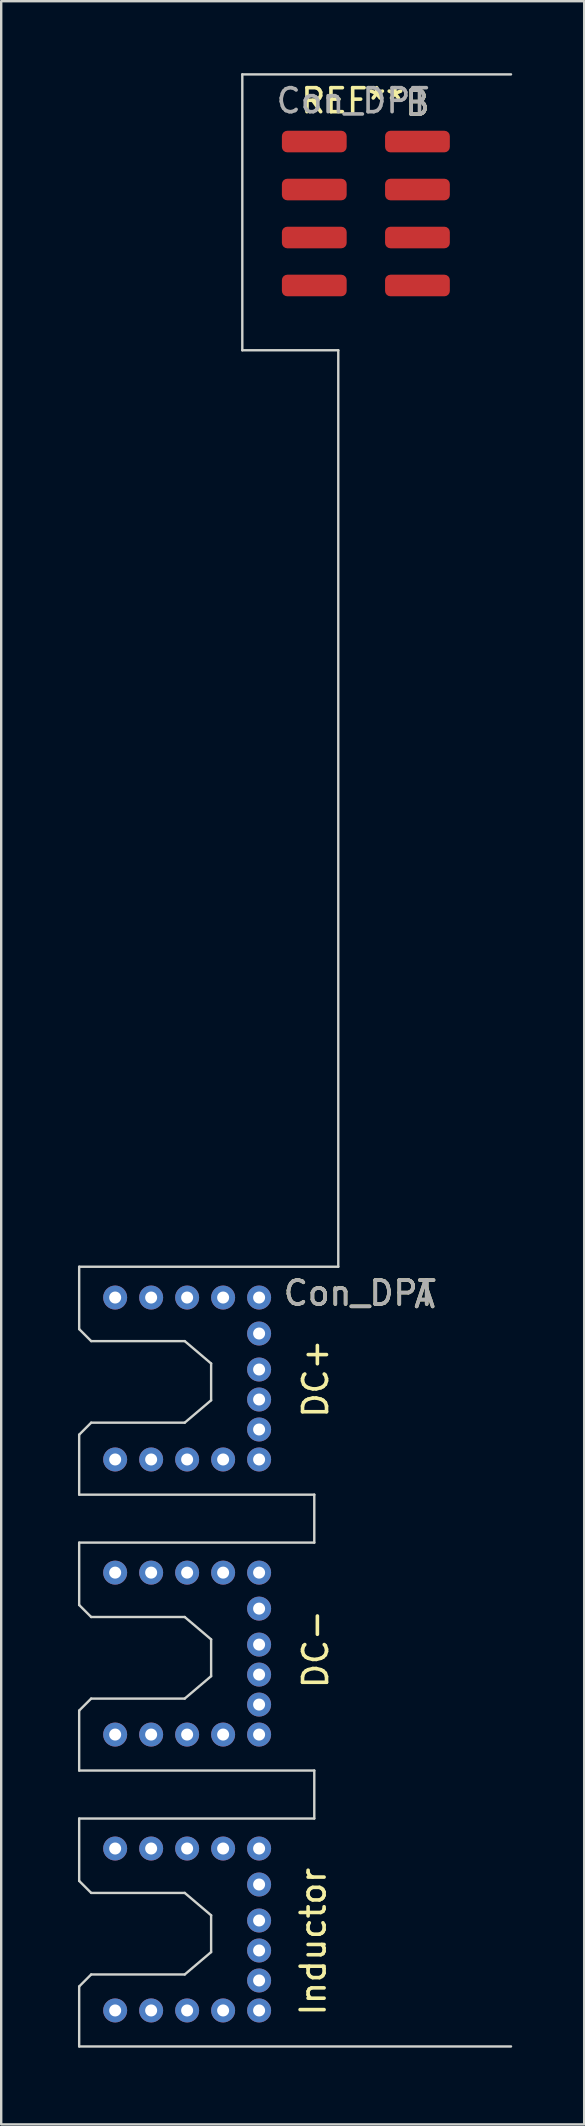
<source format=kicad_pcb>
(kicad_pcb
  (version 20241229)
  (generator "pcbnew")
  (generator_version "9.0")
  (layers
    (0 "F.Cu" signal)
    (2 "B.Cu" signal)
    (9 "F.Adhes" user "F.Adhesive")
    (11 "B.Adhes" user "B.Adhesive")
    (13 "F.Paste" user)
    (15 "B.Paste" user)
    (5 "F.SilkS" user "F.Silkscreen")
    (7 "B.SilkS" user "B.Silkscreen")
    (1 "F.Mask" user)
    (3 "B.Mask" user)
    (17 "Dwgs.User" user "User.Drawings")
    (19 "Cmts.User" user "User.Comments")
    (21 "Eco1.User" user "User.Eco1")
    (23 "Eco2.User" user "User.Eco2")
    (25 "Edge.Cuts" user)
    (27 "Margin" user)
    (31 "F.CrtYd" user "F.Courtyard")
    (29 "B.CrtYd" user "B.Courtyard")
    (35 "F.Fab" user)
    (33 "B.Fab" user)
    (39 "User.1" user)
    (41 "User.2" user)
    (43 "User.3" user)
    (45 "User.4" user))
  (footprint "Con_DPT"
    (layer "F.Cu")
    (at 0.25 82.25)
    (property "Reference" "Con_DPT" (at 11.7 -31.4 0) (unlocked yes) (layer "F.SilkS") (effects (font (size 1 1) (thickness 0.15))))
    (fp_poly (pts (xy 8.856 0.134) (xy -0.1 0.134) (xy -0.125 -9.501) (xy 8.831 -9.501)) (stroke (width 0.12) (type solid)) (fill yes) (layer "F.Mask"))
    (fp_poly (pts (xy 8.948 -11.48) (xy -0.008 -11.48) (xy -0.033 -21.116) (xy 8.923 -21.116)) (stroke (width 0.12) (type solid)) (fill yes) (layer "F.Mask"))
    (fp_poly (pts (xy 8.974 -22.86) (xy 0.018 -22.86) (xy -0.008 -32.495) (xy 8.948 -32.495)) (stroke (width 0.12) (type solid)) (fill yes) (layer "F.Mask"))
    (fp_poly (pts (xy 8.856 0.1) (xy -0.1 0.1) (xy -0.125 -9.434) (xy 8.831 -9.434)) (stroke (width 0.12) (type solid)) (fill yes) (layer "B.Mask"))
    (fp_poly (pts (xy 8.948 -11.514) (xy -0.008 -11.514) (xy -0.033 -21.048) (xy 8.923 -21.048)) (stroke (width 0.12) (type solid)) (fill yes) (layer "B.Mask"))
    (fp_poly (pts (xy 8.974 -22.894) (xy 0.018 -22.894) (xy -0.008 -32.427) (xy 8.948 -32.427)) (stroke (width 0.12) (type solid)) (fill yes) (layer "B.Mask"))
    (fp_line (start 0 -32.5) (end 0 -29.9) (stroke (width 0.1) (type solid)) (layer "Edge.Cuts"))
    (fp_line (start 0 -32.5) (end 10.8 -32.5) (stroke (width 0.1) (type solid)) (layer "Edge.Cuts"))
    (fp_line (start 0 -29.9) (end 0.5 -29.4) (stroke (width 0.1) (type solid)) (layer "Edge.Cuts"))
    (fp_line (start 0 -25.5) (end 0 -23) (stroke (width 0.1) (type solid)) (layer "Edge.Cuts"))
    (fp_line (start 0 -21) (end 0 -18.4) (stroke (width 0.1) (type solid)) (layer "Edge.Cuts"))
    (fp_line (start 0 -21) (end 9.8 -21) (stroke (width 0.1) (type solid)) (layer "Edge.Cuts"))
    (fp_line (start 0 -18.4) (end 0.5 -17.9) (stroke (width 0.1) (type solid)) (layer "Edge.Cuts"))
    (fp_line (start 0 -14) (end 0 -11.5) (stroke (width 0.1) (type solid)) (layer "Edge.Cuts"))
    (fp_line (start 0 -9.5) (end 0 -6.9) (stroke (width 0.1) (type solid)) (layer "Edge.Cuts"))
    (fp_line (start 0 -6.9) (end 0.5 -6.4) (stroke (width 0.1) (type solid)) (layer "Edge.Cuts"))
    (fp_line (start 0 -2.5) (end 0 0) (stroke (width 0.1) (type solid)) (layer "Edge.Cuts"))
    (fp_line (start 0 0) (end 18 0) (stroke (width 0.1) (type solid)) (layer "Edge.Cuts"))
    (fp_line (start 0.5 -29.4) (end 4.4 -29.4) (stroke (width 0.1) (type solid)) (layer "Edge.Cuts"))
    (fp_line (start 0.5 -26) (end 0 -25.5) (stroke (width 0.1) (type solid)) (layer "Edge.Cuts"))
    (fp_line (start 0.5 -17.9) (end 4.4 -17.9) (stroke (width 0.1) (type solid)) (layer "Edge.Cuts"))
    (fp_line (start 0.5 -14.5) (end 0 -14) (stroke (width 0.1) (type solid)) (layer "Edge.Cuts"))
    (fp_line (start 0.5 -6.4) (end 4.4 -6.4) (stroke (width 0.1) (type solid)) (layer "Edge.Cuts"))
    (fp_line (start 0.5 -3) (end 0 -2.5) (stroke (width 0.1) (type solid)) (layer "Edge.Cuts"))
    (fp_line (start 4.4 -29.4) (end 5.5 -28.466) (stroke (width 0.1) (type solid)) (layer "Edge.Cuts"))
    (fp_line (start 4.4 -26) (end 0.5 -26) (stroke (width 0.1) (type solid)) (layer "Edge.Cuts"))
    (fp_line (start 4.4 -26) (end 5.5 -26.934) (stroke (width 0.1) (type solid)) (layer "Edge.Cuts"))
    (fp_line (start 4.4 -17.9) (end 5.5 -16.966) (stroke (width 0.1) (type solid)) (layer "Edge.Cuts"))
    (fp_line (start 4.4 -14.5) (end 0.5 -14.5) (stroke (width 0.1) (type solid)) (layer "Edge.Cuts"))
    (fp_line (start 4.4 -14.5) (end 5.5 -15.434) (stroke (width 0.1) (type solid)) (layer "Edge.Cuts"))
    (fp_line (start 4.4 -6.4) (end 5.5 -5.466) (stroke (width 0.1) (type solid)) (layer "Edge.Cuts"))
    (fp_line (start 4.4 -3) (end 0.5 -3) (stroke (width 0.1) (type solid)) (layer "Edge.Cuts"))
    (fp_line (start 4.4 -3) (end 5.5 -3.934) (stroke (width 0.1) (type solid)) (layer "Edge.Cuts"))
    (fp_line (start 5.5 -28.466) (end 5.5 -26.934) (stroke (width 0.1) (type solid)) (layer "Edge.Cuts"))
    (fp_line (start 5.5 -16.966) (end 5.5 -15.434) (stroke (width 0.1) (type solid)) (layer "Edge.Cuts"))
    (fp_line (start 5.5 -5.466) (end 5.5 -3.934) (stroke (width 0.1) (type solid)) (layer "Edge.Cuts"))
    (fp_line (start 6.8 -82.2) (end 18 -82.2) (stroke (width 0.1) (type solid)) (layer "Edge.Cuts"))
    (fp_line (start 6.8 -70.7) (end 6.8 -82.2) (stroke (width 0.1) (type solid)) (layer "Edge.Cuts"))
    (fp_line (start 9.8 -23) (end 0 -23) (stroke (width 0.1) (type solid)) (layer "Edge.Cuts"))
    (fp_line (start 9.8 -21) (end 9.8 -23) (stroke (width 0.1) (type solid)) (layer "Edge.Cuts"))
    (fp_line (start 9.8 -11.5) (end 0 -11.5) (stroke (width 0.1) (type solid)) (layer "Edge.Cuts"))
    (fp_line (start 9.8 -9.5) (end 0 -9.5) (stroke (width 0.1) (type solid)) (layer "Edge.Cuts"))
    (fp_line (start 9.8 -9.5) (end 9.8 -11.5) (stroke (width 0.1) (type solid)) (layer "Edge.Cuts"))
    (fp_line (start 10.8 -70.7) (end 6.8 -70.7) (stroke (width 0.1) (type solid)) (layer "Edge.Cuts"))
    (fp_line (start 10.8 -32.5) (end 10.8 -70.7) (stroke (width 0.1) (type solid)) (layer "Edge.Cuts"))
    (fp_text user "DC+" (at 9.855 -27.838 90) (unlocked yes) (layer "F.SilkS") (effects (font (size 1 1) (thickness 0.15))))
    (fp_text user "B" (at 14.1 -81 0) (unlocked yes) (layer "F.SilkS") (effects (font (size 1 1) (thickness 0.15))))
    (fp_text user "A" (at 14.4 -31.3 0) (unlocked yes) (layer "F.SilkS") (effects (font (size 1 1) (thickness 0.15))))
    (fp_text user "REF**" (at 11.4 -81.1 0) (unlocked yes) (layer "F.SilkS") (effects (font (size 1 1) (thickness 0.15))))
    (fp_text user "Inductor" (at 9.754 -4.369 90) (unlocked yes) (layer "F.SilkS") (effects (font (size 1 1) (thickness 0.15))))
    (fp_text user "DC-" (at 9.855 -16.561 90) (unlocked yes) (layer "F.SilkS") (effects (font (size 1 1) (thickness 0.15))))
    (fp_text user "${REFERENCE}" (at 11.4 -81.1 0) (unlocked yes) (layer "F.Fab") (effects (font (size 1 1) (thickness 0.15))))
    (fp_text user "${REFERENCE}" (at 11.7 -31.4 0) (unlocked yes) (layer "F.Fab") (effects (font (size 1 1) (thickness 0.15))))
    (fp_text user "B" (at 14.1 -81 0) (unlocked yes) (layer "F.Fab") (effects (font (size 1 1) (thickness 0.15))))
    (fp_text user "A" (at 14.4 -31.3 0) (unlocked yes) (layer "F.Fab") (effects (font (size 1 1) (thickness 0.15))))
    (pad "1" smd roundrect (at 9.8 -73.4) (size 2.7 0.9) (layers "F.Cu" "F.Mask" "F.Paste") (roundrect_rratio 0.25))
    (pad "2" smd roundrect (at 9.8 -75.4) (size 2.7 0.9) (layers "F.Cu" "F.Mask" "F.Paste") (roundrect_rratio 0.25))
    (pad "3" smd roundrect (at 9.8 -77.4) (size 2.7 0.9) (layers "F.Cu" "F.Mask" "F.Paste") (roundrect_rratio 0.25))
    (pad "4" smd roundrect (at 9.8 -79.4) (size 2.7 0.9) (layers "F.Cu" "F.Mask" "F.Paste") (roundrect_rratio 0.25))
    (pad "5" smd roundrect (at 14.1 -73.4) (size 2.7 0.9) (layers "F.Cu" "F.Mask" "F.Paste") (roundrect_rratio 0.25))
    (pad "6" smd roundrect (at 14.1 -75.4) (size 2.7 0.9) (layers "F.Cu" "F.Mask" "F.Paste") (roundrect_rratio 0.25))
    (pad "7" smd roundrect (at 14.1 -77.4) (size 2.7 0.9) (layers "F.Cu" "F.Mask" "F.Paste") (roundrect_rratio 0.25))
    (pad "8" smd roundrect (at 14.1 -79.4) (size 2.7 0.9) (layers "F.Cu" "F.Mask" "F.Paste") (roundrect_rratio 0.25))
    (pad "9" thru_hole circle (at 1.5 -31.216) (size 1 1) (drill 0.5) (layers "*.Cu" "*.Mask"))
    (pad "9" thru_hole circle (at 1.5 -24.466) (size 1 1) (drill 0.5) (layers "*.Cu" "*.Mask"))
    (pad "9" thru_hole circle (at 3 -31.216) (size 1 1) (drill 0.5) (layers "*.Cu" "*.Mask"))
    (pad "9" thru_hole circle (at 3 -24.466) (size 1 1) (drill 0.5) (layers "*.Cu" "*.Mask"))
    (pad "9" thru_hole circle (at 4.5 -31.216) (size 1 1) (drill 0.5) (layers "*.Cu" "*.Mask"))
    (pad "9" thru_hole circle (at 4.5 -24.466) (size 1 1) (drill 0.5) (layers "*.Cu" "*.Mask"))
    (pad "9" thru_hole circle (at 6 -31.216) (size 1 1) (drill 0.5) (layers "*.Cu" "*.Mask"))
    (pad "9" thru_hole circle (at 6 -24.466) (size 1 1) (drill 0.5) (layers "*.Cu" "*.Mask"))
    (pad "9" thru_hole circle (at 7.5 -31.216) (size 1 1) (drill 0.5) (layers "*.Cu" "*.Mask"))
    (pad "9" thru_hole circle (at 7.5 -29.716) (size 1 1) (drill 0.5) (layers "*.Cu" "*.Mask"))
    (pad "9" thru_hole circle (at 7.5 -28.216) (size 1 1) (drill 0.5) (layers "*.Cu" "*.Mask"))
    (pad "9" thru_hole circle (at 7.5 -26.966) (size 1 1) (drill 0.5) (layers "*.Cu" "*.Mask"))
    (pad "9" thru_hole circle (at 7.5 -25.716) (size 1 1) (drill 0.5) (layers "*.Cu" "*.Mask"))
    (pad "9" thru_hole circle (at 7.5 -24.466) (size 1 1) (drill 0.5) (layers "*.Cu" "*.Mask"))
    (pad "10" thru_hole circle (at 1.5 -19.75) (size 1 1) (drill 0.5) (layers "*.Cu" "*.Mask"))
    (pad "10" thru_hole circle (at 1.5 -13) (size 1 1) (drill 0.5) (layers "*.Cu" "*.Mask"))
    (pad "10" thru_hole circle (at 3 -19.75) (size 1 1) (drill 0.5) (layers "*.Cu" "*.Mask"))
    (pad "10" thru_hole circle (at 3 -13) (size 1 1) (drill 0.5) (layers "*.Cu" "*.Mask"))
    (pad "10" thru_hole circle (at 4.5 -19.75) (size 1 1) (drill 0.5) (layers "*.Cu" "*.Mask"))
    (pad "10" thru_hole circle (at 4.5 -13) (size 1 1) (drill 0.5) (layers "*.Cu" "*.Mask"))
    (pad "10" thru_hole circle (at 6 -19.75) (size 1 1) (drill 0.5) (layers "*.Cu" "*.Mask"))
    (pad "10" thru_hole circle (at 6 -13) (size 1 1) (drill 0.5) (layers "*.Cu" "*.Mask"))
    (pad "10" thru_hole circle (at 7.5 -19.75) (size 1 1) (drill 0.5) (layers "*.Cu" "*.Mask"))
    (pad "10" thru_hole circle (at 7.5 -18.25) (size 1 1) (drill 0.5) (layers "*.Cu" "*.Mask"))
    (pad "10" thru_hole circle (at 7.5 -16.75) (size 1 1) (drill 0.5) (layers "*.Cu" "*.Mask"))
    (pad "10" thru_hole circle (at 7.5 -15.5) (size 1 1) (drill 0.5) (layers "*.Cu" "*.Mask"))
    (pad "10" thru_hole circle (at 7.5 -14.25) (size 1 1) (drill 0.5) (layers "*.Cu" "*.Mask"))
    (pad "10" thru_hole circle (at 7.5 -13) (size 1 1) (drill 0.5) (layers "*.Cu" "*.Mask"))
    (pad "11" thru_hole circle (at 1.5 -8.25) (size 1 1) (drill 0.5) (layers "*.Cu" "*.Mask"))
    (pad "11" thru_hole circle (at 1.5 -1.5) (size 1 1) (drill 0.5) (layers "*.Cu" "*.Mask"))
    (pad "11" thru_hole circle (at 3 -8.25) (size 1 1) (drill 0.5) (layers "*.Cu" "*.Mask"))
    (pad "11" thru_hole circle (at 3 -1.5) (size 1 1) (drill 0.5) (layers "*.Cu" "*.Mask"))
    (pad "11" thru_hole circle (at 4.5 -8.25) (size 1 1) (drill 0.5) (layers "*.Cu" "*.Mask"))
    (pad "11" thru_hole circle (at 4.5 -1.5) (size 1 1) (drill 0.5) (layers "*.Cu" "*.Mask"))
    (pad "11" thru_hole circle (at 6 -8.25) (size 1 1) (drill 0.5) (layers "*.Cu" "*.Mask"))
    (pad "11" thru_hole circle (at 6 -1.5) (size 1 1) (drill 0.5) (layers "*.Cu" "*.Mask"))
    (pad "11" thru_hole circle (at 7.5 -8.25) (size 1 1) (drill 0.5) (layers "*.Cu" "*.Mask"))
    (pad "11" thru_hole circle (at 7.5 -6.75) (size 1 1) (drill 0.5) (layers "*.Cu" "*.Mask"))
    (pad "11" thru_hole circle (at 7.5 -5.25) (size 1 1) (drill 0.5) (layers "*.Cu" "*.Mask"))
    (pad "11" thru_hole circle (at 7.5 -4) (size 1 1) (drill 0.5) (layers "*.Cu" "*.Mask"))
    (pad "11" thru_hole circle (at 7.5 -2.75) (size 1 1) (drill 0.5) (layers "*.Cu" "*.Mask"))
    (pad "11" thru_hole circle (at 7.5 -1.5) (size 1 1) (drill 0.5) (layers "*.Cu" "*.Mask")))
  (gr_rect
    (start -3 -3)
    (end 21.3 85.5)
    (stroke (width 0.1) (type default))
    (fill no)
    (layer "Edge.Cuts")))
</source>
